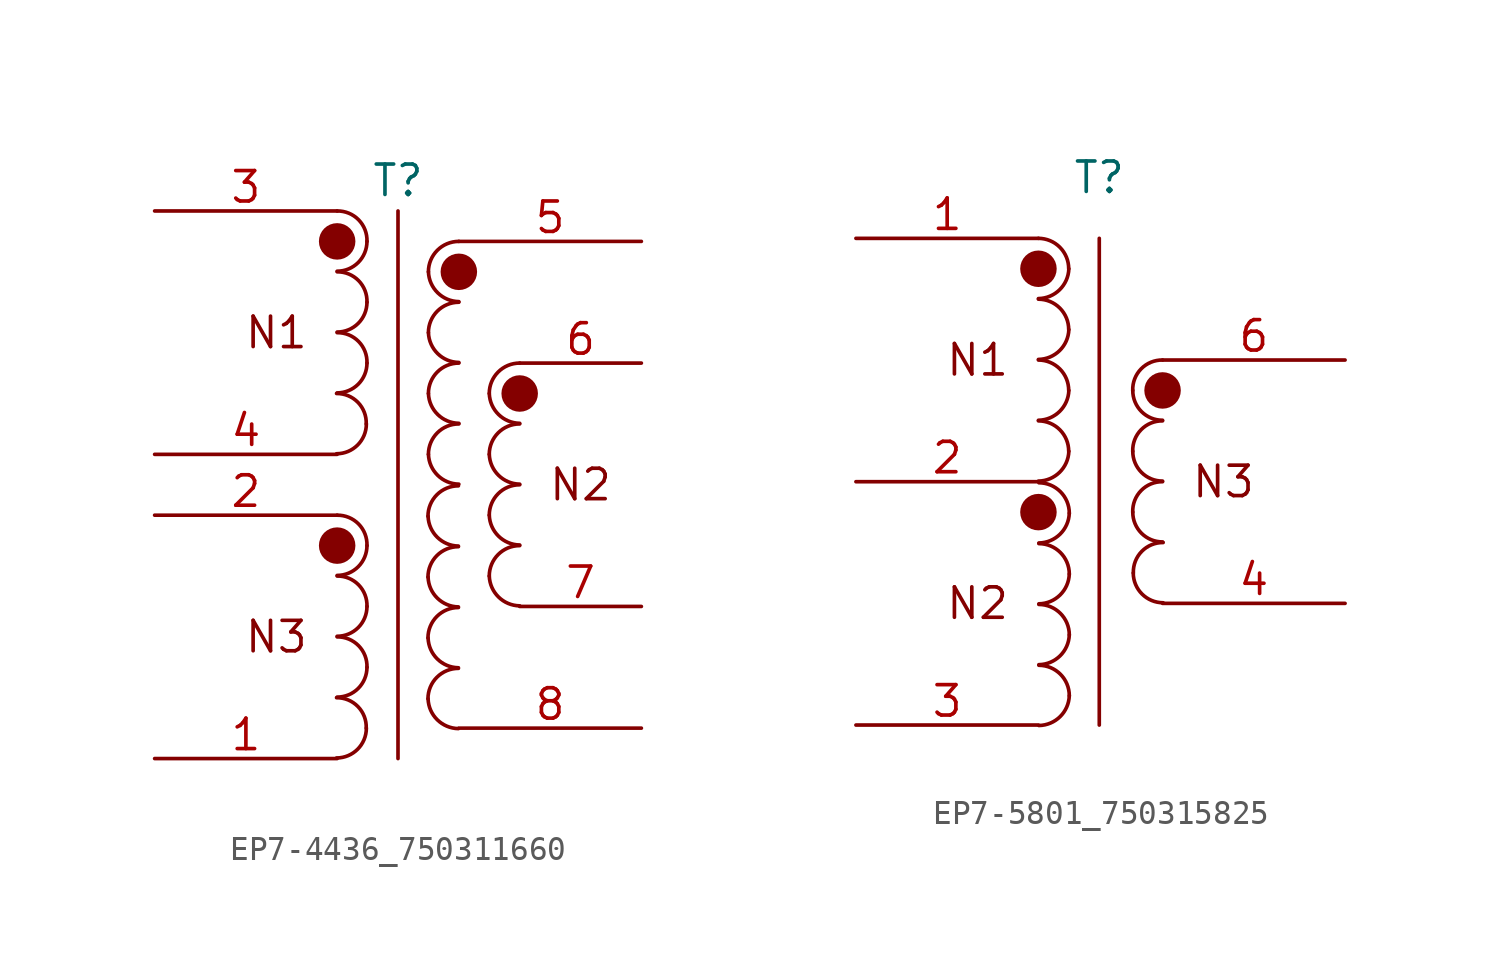
<source format=kicad_sym>
(kicad_symbol_lib
  (version 20220914)
  (generator kicad_symbol_editor)
  (symbol "EP7-4436_750311660"
    (pin_names hide)
    (property "Reference" "T"
      (at 0 12.7 0)
      (effects (font (size 1.27 1.27))))
    (property "Critical Parameter" ""
      (at 0 -5.08 0)
      (effects (font (size 1.27 1.27))))
    (symbol "EP7-4436_750311660_0_1"
      (arc (start -2.5654 -11.4046) (mid -1.6855 -11.0399) (end -1.3208 -10.16) (stroke (width 0) (type default)) (fill (type none)))
      (arc (start -2.5654 1.2954) (mid -1.6855 1.6601) (end -1.3208 2.54) (stroke (width 0) (type default)) (fill (type none)))
      (arc (start -2.54 -8.8646) (mid -1.6596 -8.5004) (end -1.2954 -7.62) (stroke (width 0) (type default)) (fill (type none)))
      (arc (start -2.54 -6.3246) (mid -1.6596 -5.9604) (end -1.2954 -5.08) (stroke (width 0) (type default)) (fill (type none)))
      (arc (start -2.54 -3.7846) (mid -1.6596 -3.4204) (end -1.2954 -2.54) (stroke (width 0) (type default)) (fill (type none)))
      (arc (start -2.54 3.8354) (mid -1.6596 4.1996) (end -1.2954 5.08) (stroke (width 0) (type default)) (fill (type none)))
      (arc (start -2.54 6.3754) (mid -1.6596 6.7396) (end -1.2954 7.62) (stroke (width 0) (type default)) (fill (type none)))
      (arc (start -2.54 8.9154) (mid -1.6596 9.2796) (end -1.2954 10.16) (stroke (width 0) (type default)) (fill (type none)))
      (arc (start -1.3208 -10.16) (mid -1.6712 -9.2586) (end -2.5654 -8.89) (stroke (width 0) (type default)) (fill (type none)))
      (arc (start -1.3208 2.54) (mid -1.6712 3.4414) (end -2.5654 3.81) (stroke (width 0) (type default)) (fill (type none)))
      (arc (start -1.2954 -7.62) (mid -1.6455 -6.7183) (end -2.54 -6.35) (stroke (width 0) (type default)) (fill (type none)))
      (arc (start -1.2954 -5.08) (mid -1.6455 -4.1783) (end -2.54 -3.81) (stroke (width 0) (type default)) (fill (type none)))
      (arc (start -1.2954 -2.54) (mid -1.6455 -1.6383) (end -2.54 -1.27) (stroke (width 0) (type default)) (fill (type none)))
      (arc (start -1.2954 5.08) (mid -1.6455 5.9817) (end -2.54 6.35) (stroke (width 0) (type default)) (fill (type none)))
      (arc (start -1.2954 7.62) (mid -1.6455 8.5217) (end -2.54 8.89) (stroke (width 0) (type default)) (fill (type none)))
      (arc (start -1.2954 10.16) (mid -1.6455 11.0617) (end -2.54 11.43) (stroke (width 0) (type default)) (fill (type none)))
      (polyline (pts (xy 0 11.43) (xy 0 -11.43)) (stroke (width 0) (type default)) (fill (type none)))
      (arc (start 1.2515 -8.9345) (mid 1.6376 -9.8108) (end 2.5215 -10.1791) (stroke (width 0) (type default)) (fill (type none)))
      (arc (start 1.2515 -6.3945) (mid 1.6376 -7.2708) (end 2.5215 -7.6391) (stroke (width 0) (type default)) (fill (type none)))
      (arc (start 1.2515 -3.8545) (mid 1.6376 -4.7308) (end 2.5215 -5.0991) (stroke (width 0) (type default)) (fill (type none)))
      (arc (start 1.2515 -1.3145) (mid 1.6376 -2.1908) (end 2.5215 -2.5591) (stroke (width 0) (type default)) (fill (type none)))
      (arc (start 1.27 1.27) (mid 1.6561 0.3937) (end 2.54 0.0254) (stroke (width 0) (type default)) (fill (type none)))
      (arc (start 1.27 3.81) (mid 1.6561 2.9337) (end 2.54 2.5654) (stroke (width 0) (type default)) (fill (type none)))
      (arc (start 1.27 6.35) (mid 1.6561 5.4737) (end 2.54 5.1054) (stroke (width 0) (type default)) (fill (type none)))
      (arc (start 1.27 8.89) (mid 1.6561 8.0137) (end 2.54 7.6454) (stroke (width 0) (type default)) (fill (type none)))
      (arc (start 2.5215 -7.6645) (mid 1.6235 -8.0365) (end 1.2515 -8.9345) (stroke (width 0) (type default)) (fill (type none)))
      (arc (start 2.5215 -5.1245) (mid 1.6235 -5.4965) (end 1.2515 -6.3945) (stroke (width 0) (type default)) (fill (type none)))
      (arc (start 2.5215 -2.5845) (mid 1.6235 -2.9565) (end 1.2515 -3.8545) (stroke (width 0) (type default)) (fill (type none)))
      (arc (start 2.5215 -0.0445) (mid 1.6235 -0.4165) (end 1.2515 -1.3145) (stroke (width 0) (type default)) (fill (type none)))
      (arc (start 2.54 2.54) (mid 1.642 2.168) (end 1.27 1.27) (stroke (width 0) (type default)) (fill (type none)))
      (arc (start 2.54 5.08) (mid 1.642 4.708) (end 1.27 3.81) (stroke (width 0) (type default)) (fill (type none)))
      (arc (start 2.54 7.62) (mid 1.642 7.248) (end 1.27 6.35) (stroke (width 0) (type default)) (fill (type none)))
      (arc (start 2.54 10.16) (mid 1.642 9.788) (end 1.27 8.89) (stroke (width 0) (type default)) (fill (type none)))
      (arc (start 3.81 -3.81) (mid 4.1961 -4.6863) (end 5.08 -5.0546) (stroke (width 0) (type default)) (fill (type none)))
      (arc (start 3.81 -1.27) (mid 4.1961 -2.1463) (end 5.08 -2.5146) (stroke (width 0) (type default)) (fill (type none)))
      (arc (start 3.81 1.27) (mid 4.1961 0.3937) (end 5.08 0.0254) (stroke (width 0) (type default)) (fill (type none)))
      (arc (start 3.81 3.81) (mid 4.1961 2.9337) (end 5.08 2.5654) (stroke (width 0) (type default)) (fill (type none)))
      (arc (start 5.08 -2.54) (mid 4.182 -2.912) (end 3.81 -3.81) (stroke (width 0) (type default)) (fill (type none)))
      (arc (start 5.08 0) (mid 4.182 -0.372) (end 3.81 -1.27) (stroke (width 0) (type default)) (fill (type none)))
      (arc (start 5.08 2.54) (mid 4.182 2.168) (end 3.81 1.27) (stroke (width 0) (type default)) (fill (type none)))
      (arc (start 5.08 5.08) (mid 4.182 4.708) (end 3.81 3.81) (stroke (width 0) (type default)) (fill (type none))))
    (symbol "EP7-4436_750311660_1_1"
      (circle (center -2.54 -2.54) (radius 0.0001) (stroke (width 0.762) (type default)) (fill (type none)))
      (circle (center -2.54 10.16) (radius 0.0001) (stroke (width 0.762) (type default)) (fill (type none)))
      (circle (center 2.54 8.89) (radius 0.0001) (stroke (width 0.762) (type default)) (fill (type none)))
      (circle (center 5.08 3.81) (radius 0.0001) (stroke (width 0.762) (type default)) (fill (type none)))
      (text "N1" (at -5.08 6.35 0) (effects (font (size 1.27 1.27))))
      (text "N2" (at 7.62 0 0) (effects (font (size 1.27 1.27))))
      (text "N3" (at -5.08 -6.35 0) (effects (font (size 1.27 1.27))))
      (pin passive line (at -10.16 -11.43 0) (length 7.62) (name "1" (effects (font (size 1.27 1.27)))) (number "1" (effects (font (size 1.27 1.27)))))
      (pin passive line (at -10.16 -1.27 0) (length 7.62) (name "2" (effects (font (size 1.27 1.27)))) (number "2" (effects (font (size 1.27 1.27)))))
      (pin passive line (at -10.16 11.43 0) (length 7.62) (name "3" (effects (font (size 1.27 1.27)))) (number "3" (effects (font (size 1.27 1.27)))))
      (pin passive line (at -10.16 1.27 0) (length 7.62) (name "4" (effects (font (size 1.27 1.27)))) (number "4" (effects (font (size 1.27 1.27)))))
      (pin passive line (at 10.16 10.16 180) (length 7.62) (name "5" (effects (font (size 1.27 1.27)))) (number "5" (effects (font (size 1.27 1.27)))))
      (pin passive line (at 10.16 5.08 180) (length 5.08) (name "6" (effects (font (size 1.27 1.27)))) (number "6" (effects (font (size 1.27 1.27)))))
      (pin passive line (at 10.16 -5.08 180) (length 5.08) (name "7" (effects (font (size 1.27 1.27)))) (number "7" (effects (font (size 1.27 1.27)))))
      (pin passive line (at 10.16 -10.16 180) (length 7.62) (name "8" (effects (font (size 1.27 1.27)))) (number "8" (effects (font (size 1.27 1.27)))))))
  (symbol "EP7-5801_750315825"
    (pin_names hide)
    (property "Reference" "T"
      (at 0 12.7 0)
      (effects (font (size 1.27 1.27))))
    (property "Critical Parameter" ""
      (at 0 -5.08 0)
      (effects (font (size 1.27 1.27))))
    (symbol "EP7-5801_750315825_0_1"
      (arc (start -2.54 0.0254) (mid -1.6561 0.3937) (end -1.27 1.27) (stroke (width 0) (type default)) (fill (type none)))
      (arc (start -2.54 2.5654) (mid -1.6561 2.9337) (end -1.27 3.81) (stroke (width 0) (type default)) (fill (type none)))
      (arc (start -2.54 5.1054) (mid -1.6561 5.4737) (end -1.27 6.35) (stroke (width 0) (type default)) (fill (type none)))
      (arc (start -2.54 7.6454) (mid -1.6561 8.0137) (end -1.27 8.89) (stroke (width 0) (type default)) (fill (type none)))
      (arc (start -2.5215 -10.1791) (mid -1.6376 -9.8108) (end -1.2515 -8.9345) (stroke (width 0) (type default)) (fill (type none)))
      (arc (start -2.5215 -7.6391) (mid -1.6376 -7.2708) (end -1.2515 -6.3945) (stroke (width 0) (type default)) (fill (type none)))
      (arc (start -2.5215 -5.0991) (mid -1.6376 -4.7308) (end -1.2515 -3.8545) (stroke (width 0) (type default)) (fill (type none)))
      (arc (start -2.5215 -2.5591) (mid -1.6376 -2.1908) (end -1.2515 -1.3145) (stroke (width 0) (type default)) (fill (type none)))
      (arc (start -1.27 1.27) (mid -1.642 2.168) (end -2.54 2.54) (stroke (width 0) (type default)) (fill (type none)))
      (arc (start -1.27 3.81) (mid -1.642 4.708) (end -2.54 5.08) (stroke (width 0) (type default)) (fill (type none)))
      (arc (start -1.27 6.35) (mid -1.642 7.248) (end -2.54 7.62) (stroke (width 0) (type default)) (fill (type none)))
      (arc (start -1.27 8.89) (mid -1.642 9.788) (end -2.54 10.16) (stroke (width 0) (type default)) (fill (type none)))
      (arc (start -1.2515 -8.9345) (mid -1.6235 -8.0365) (end -2.5215 -7.6645) (stroke (width 0) (type default)) (fill (type none)))
      (arc (start -1.2515 -6.3945) (mid -1.6235 -5.4965) (end -2.5215 -5.1245) (stroke (width 0) (type default)) (fill (type none)))
      (arc (start -1.2515 -3.8545) (mid -1.6235 -2.9565) (end -2.5215 -2.5845) (stroke (width 0) (type default)) (fill (type none)))
      (arc (start -1.2515 -1.3145) (mid -1.6235 -0.4165) (end -2.5215 -0.0445) (stroke (width 0) (type default)) (fill (type none)))
      (polyline (pts (xy 0 10.16) (xy 0 -10.16)) (stroke (width 0) (type default)) (fill (type none)))
      (arc (start 1.397 -1.27) (mid 1.7615 -2.1501) (end 2.6416 -2.5146) (stroke (width 0) (type default)) (fill (type none)))
      (arc (start 1.397 1.27) (mid 1.7615 0.3899) (end 2.6416 0.0254) (stroke (width 0) (type default)) (fill (type none)))
      (arc (start 1.397 3.81) (mid 1.7615 2.9299) (end 2.6416 2.5654) (stroke (width 0) (type default)) (fill (type none)))
      (arc (start 1.4224 -3.81) (mid 1.787 -4.6899) (end 2.667 -5.0546) (stroke (width 0) (type default)) (fill (type none)))
      (arc (start 2.6416 0) (mid 1.7474 -0.3685) (end 1.397 -1.27) (stroke (width 0) (type default)) (fill (type none)))
      (arc (start 2.6416 2.54) (mid 1.7474 2.1715) (end 1.397 1.27) (stroke (width 0) (type default)) (fill (type none)))
      (arc (start 2.6416 5.08) (mid 1.7474 4.7115) (end 1.397 3.81) (stroke (width 0) (type default)) (fill (type none)))
      (arc (start 2.667 -2.54) (mid 1.7725 -2.9083) (end 1.4224 -3.81) (stroke (width 0) (type default)) (fill (type none))))
    (symbol "EP7-5801_750315825_1_1"
      (circle (center -2.54 -1.27) (radius 0.0001) (stroke (width 0.762) (type default)) (fill (type none)))
      (circle (center -2.54 8.89) (radius 0.0001) (stroke (width 0.762) (type default)) (fill (type none)))
      (circle (center 2.642 3.81) (radius 0.0001) (stroke (width 0.762) (type default)) (fill (type none)))
      (text "N1" (at -5.08 5.08 0) (effects (font (size 1.27 1.27))))
      (text "N2" (at -5.08 -5.08 0) (effects (font (size 1.27 1.27))))
      (text "N3" (at 5.182 0 0) (effects (font (size 1.27 1.27))))
      (pin passive line (at -10.16 10.16 0) (length 7.62) (name "1" (effects (font (size 1.27 1.27)))) (number "1" (effects (font (size 1.27 1.27)))))
      (pin passive line (at -10.16 0 0) (length 7.62) (name "2" (effects (font (size 1.27 1.27)))) (number "2" (effects (font (size 1.27 1.27)))))
      (pin passive line (at -10.16 -10.16 0) (length 7.62) (name "3" (effects (font (size 1.27 1.27)))) (number "3" (effects (font (size 1.27 1.27)))))
      (pin passive line (at 10.262 -5.08 180) (length 7.62) (name "4" (effects (font (size 1.27 1.27)))) (number "4" (effects (font (size 1.27 1.27)))))
      (pin passive line (at 10.262 5.08 180) (length 7.62) (name "6" (effects (font (size 1.27 1.27)))) (number "6" (effects (font (size 1.27 1.27))))))))
</source>
